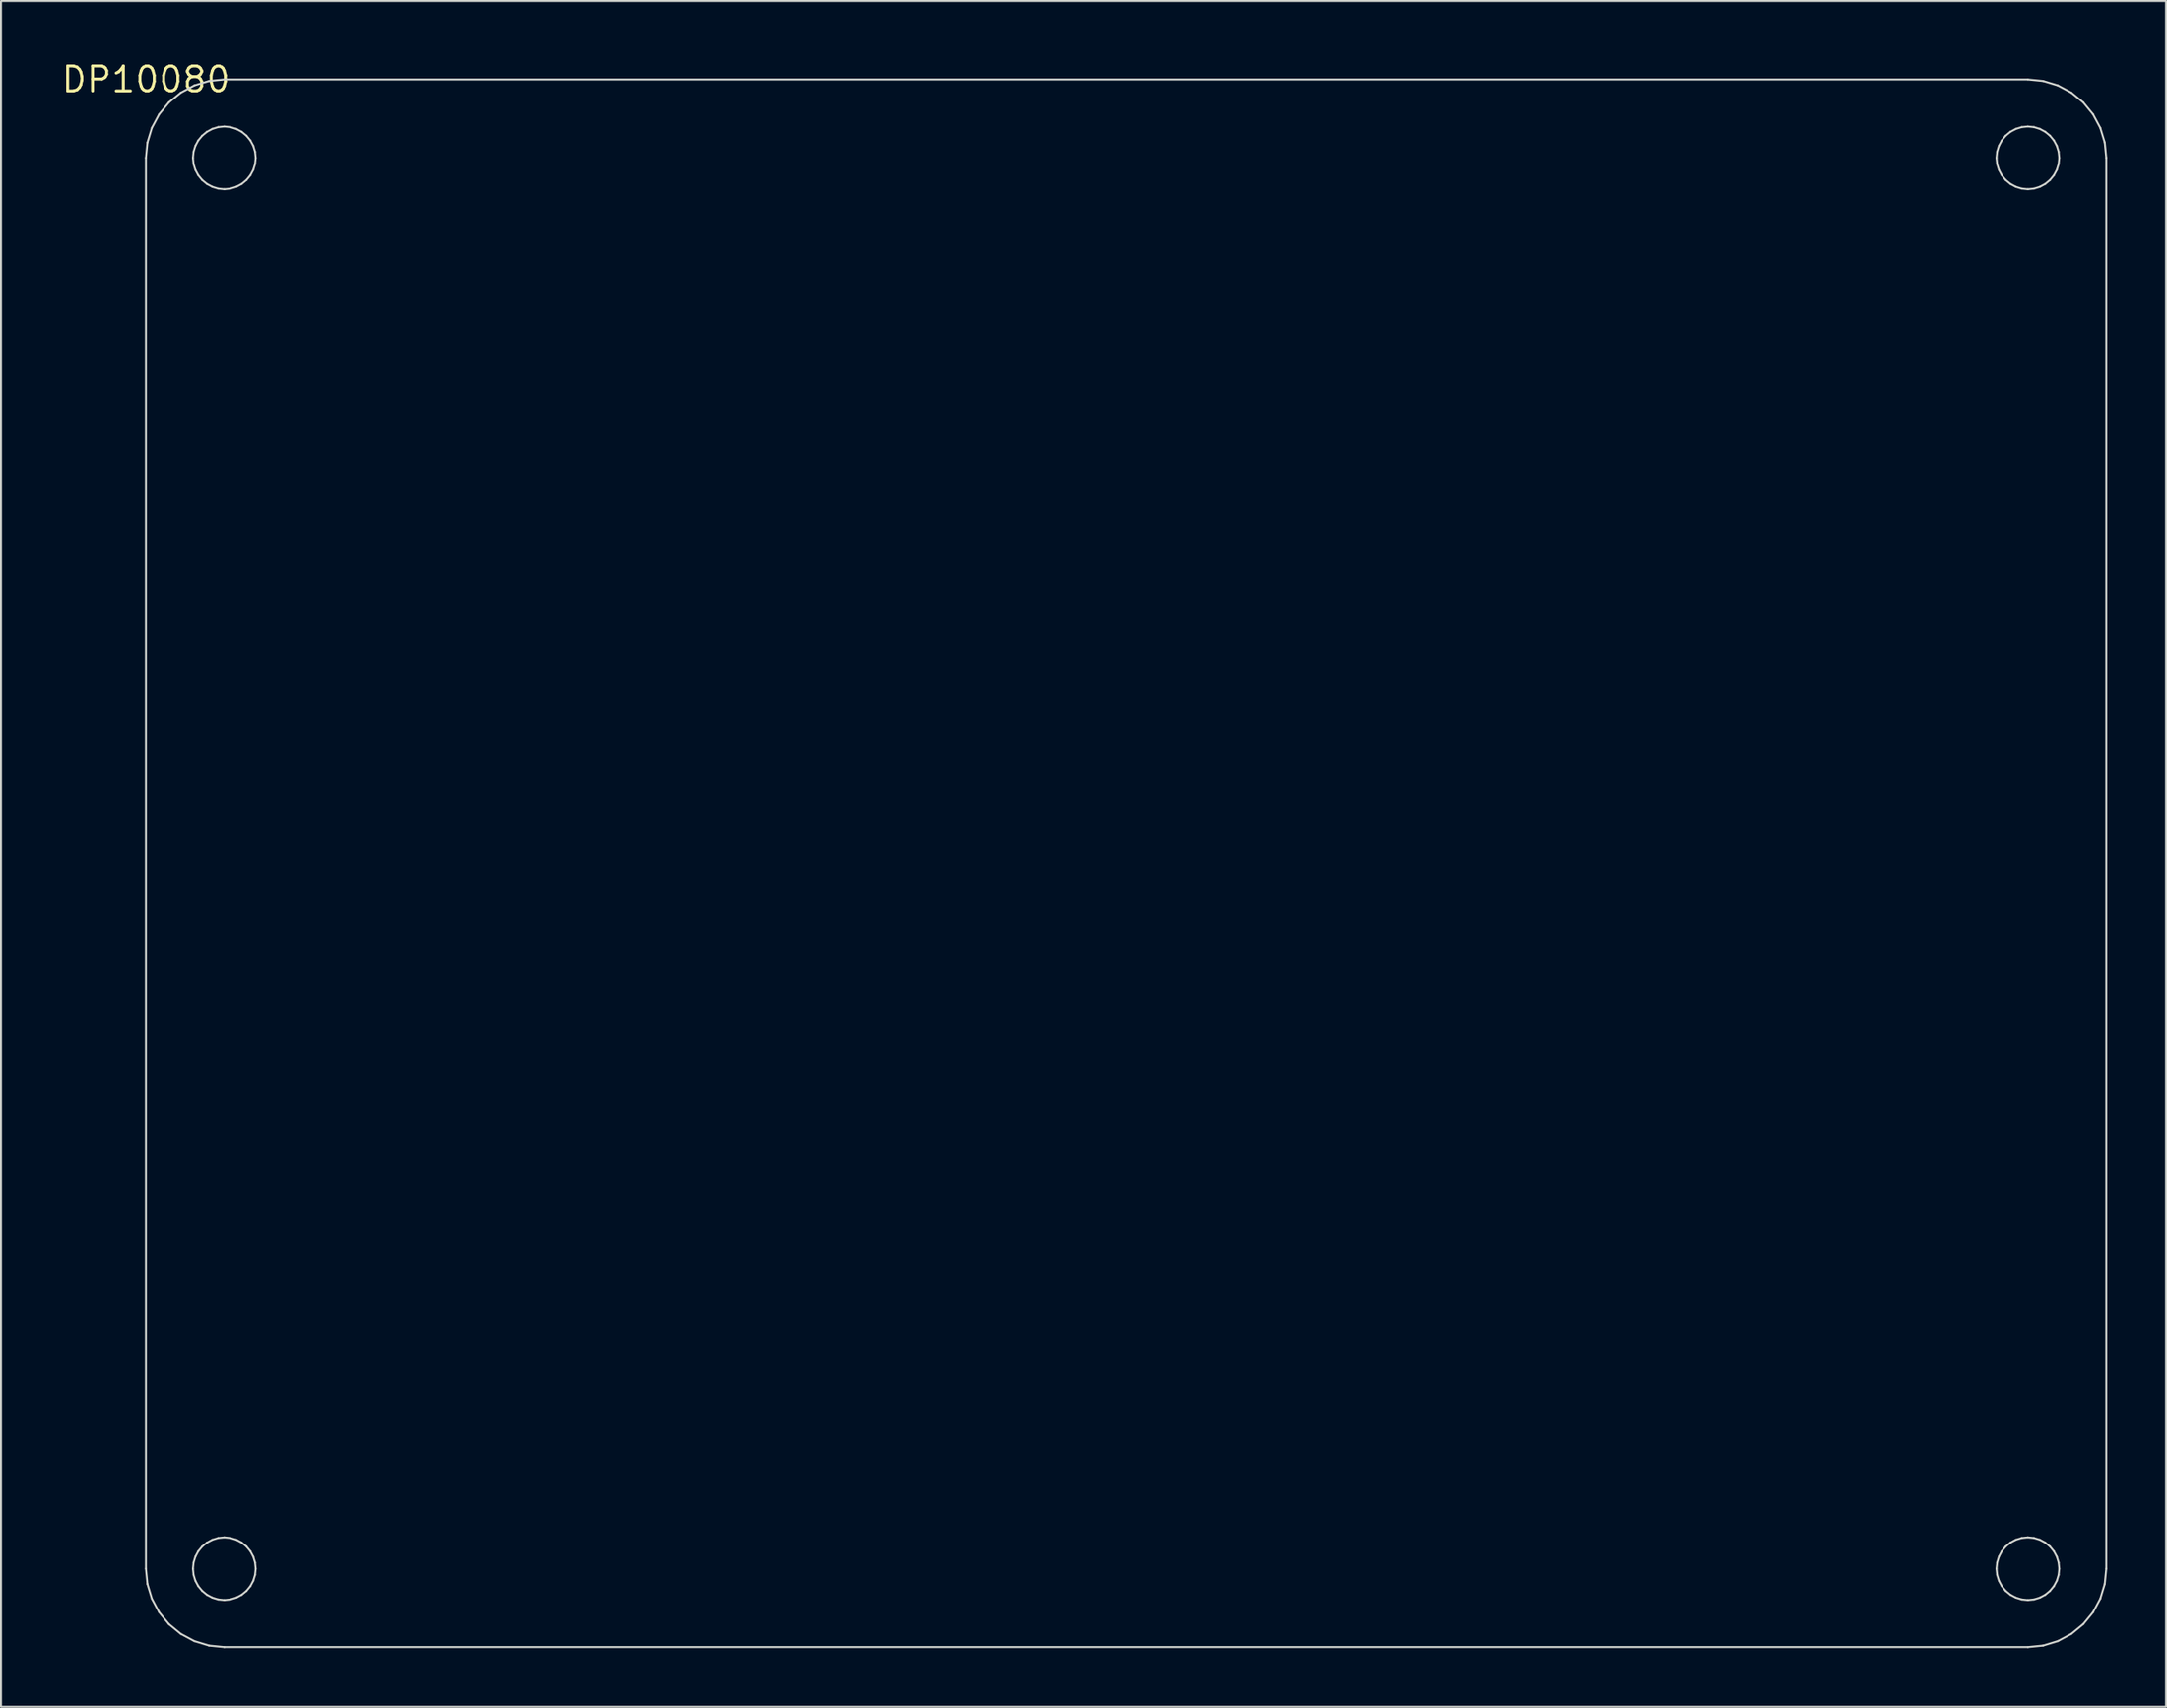
<source format=kicad_pcb>
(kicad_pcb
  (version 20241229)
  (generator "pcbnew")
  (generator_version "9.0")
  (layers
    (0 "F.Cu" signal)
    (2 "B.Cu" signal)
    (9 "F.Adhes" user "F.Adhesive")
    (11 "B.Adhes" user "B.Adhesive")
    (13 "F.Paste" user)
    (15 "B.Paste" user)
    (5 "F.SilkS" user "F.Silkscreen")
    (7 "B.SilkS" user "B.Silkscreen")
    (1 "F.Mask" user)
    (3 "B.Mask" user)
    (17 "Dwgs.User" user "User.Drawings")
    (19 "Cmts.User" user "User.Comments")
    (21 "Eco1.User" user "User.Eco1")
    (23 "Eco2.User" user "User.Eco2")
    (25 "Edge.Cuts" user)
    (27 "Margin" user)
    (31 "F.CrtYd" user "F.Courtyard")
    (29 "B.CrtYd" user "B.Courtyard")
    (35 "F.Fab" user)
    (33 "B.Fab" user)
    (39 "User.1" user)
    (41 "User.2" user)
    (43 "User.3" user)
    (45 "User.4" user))
  (footprint "DP10080"
    (layer "F.Cu")
    (at 4.392 1.006)
    (property "Reference" "DP10080" (at 0 0 0) (layer "F.SilkS") (effects (font (size 1.27 1.27) (thickness 0.15))))
    (attr through_hole)
    (fp_line (start 0 4) (end 0.077 3.22) (stroke (width 0.1) (type solid)) (layer "Edge.Cuts"))
    (fp_line (start 0 76) (end 0 4) (stroke (width 0.1) (type solid)) (layer "Edge.Cuts"))
    (fp_line (start 0.077 3.22) (end 0.304 2.469) (stroke (width 0.1) (type solid)) (layer "Edge.Cuts"))
    (fp_line (start 0.077 76.78) (end 0 76) (stroke (width 0.1) (type solid)) (layer "Edge.Cuts"))
    (fp_line (start 0.304 2.469) (end 0.674 1.778) (stroke (width 0.1) (type solid)) (layer "Edge.Cuts"))
    (fp_line (start 0.304 77.531) (end 0.077 76.78) (stroke (width 0.1) (type solid)) (layer "Edge.Cuts"))
    (fp_line (start 0.674 1.778) (end 1.172 1.172) (stroke (width 0.1) (type solid)) (layer "Edge.Cuts"))
    (fp_line (start 0.674 78.222) (end 0.304 77.531) (stroke (width 0.1) (type solid)) (layer "Edge.Cuts"))
    (fp_line (start 1.172 1.172) (end 1.778 0.674) (stroke (width 0.1) (type solid)) (layer "Edge.Cuts"))
    (fp_line (start 1.172 78.828) (end 0.674 78.222) (stroke (width 0.1) (type solid)) (layer "Edge.Cuts"))
    (fp_line (start 1.778 0.674) (end 2.469 0.304) (stroke (width 0.1) (type solid)) (layer "Edge.Cuts"))
    (fp_line (start 1.778 79.326) (end 1.172 78.828) (stroke (width 0.1) (type solid)) (layer "Edge.Cuts"))
    (fp_line (start 2.4 4) (end 2.431 4.312) (stroke (width 0.1) (type solid)) (layer "Edge.Cuts"))
    (fp_line (start 2.4 76) (end 2.431 76.312) (stroke (width 0.1) (type solid)) (layer "Edge.Cuts"))
    (fp_line (start 2.431 3.688) (end 2.4 4) (stroke (width 0.1) (type solid)) (layer "Edge.Cuts"))
    (fp_line (start 2.431 4.312) (end 2.522 4.612) (stroke (width 0.1) (type solid)) (layer "Edge.Cuts"))
    (fp_line (start 2.431 75.688) (end 2.4 76) (stroke (width 0.1) (type solid)) (layer "Edge.Cuts"))
    (fp_line (start 2.431 76.312) (end 2.522 76.612) (stroke (width 0.1) (type solid)) (layer "Edge.Cuts"))
    (fp_line (start 2.469 0.304) (end 3.22 0.077) (stroke (width 0.1) (type solid)) (layer "Edge.Cuts"))
    (fp_line (start 2.469 79.695) (end 1.778 79.326) (stroke (width 0.1) (type solid)) (layer "Edge.Cuts"))
    (fp_line (start 2.522 3.388) (end 2.431 3.688) (stroke (width 0.1) (type solid)) (layer "Edge.Cuts"))
    (fp_line (start 2.522 4.612) (end 2.67 4.889) (stroke (width 0.1) (type solid)) (layer "Edge.Cuts"))
    (fp_line (start 2.522 75.388) (end 2.431 75.688) (stroke (width 0.1) (type solid)) (layer "Edge.Cuts"))
    (fp_line (start 2.522 76.612) (end 2.67 76.889) (stroke (width 0.1) (type solid)) (layer "Edge.Cuts"))
    (fp_line (start 2.67 3.111) (end 2.522 3.388) (stroke (width 0.1) (type solid)) (layer "Edge.Cuts"))
    (fp_line (start 2.67 4.889) (end 2.869 5.131) (stroke (width 0.1) (type solid)) (layer "Edge.Cuts"))
    (fp_line (start 2.67 75.111) (end 2.522 75.388) (stroke (width 0.1) (type solid)) (layer "Edge.Cuts"))
    (fp_line (start 2.67 76.889) (end 2.869 77.131) (stroke (width 0.1) (type solid)) (layer "Edge.Cuts"))
    (fp_line (start 2.869 2.869) (end 2.67 3.111) (stroke (width 0.1) (type solid)) (layer "Edge.Cuts"))
    (fp_line (start 2.869 5.131) (end 3.111 5.33) (stroke (width 0.1) (type solid)) (layer "Edge.Cuts"))
    (fp_line (start 2.869 74.869) (end 2.67 75.111) (stroke (width 0.1) (type solid)) (layer "Edge.Cuts"))
    (fp_line (start 2.869 77.131) (end 3.111 77.33) (stroke (width 0.1) (type solid)) (layer "Edge.Cuts"))
    (fp_line (start 3.111 2.67) (end 2.869 2.869) (stroke (width 0.1) (type solid)) (layer "Edge.Cuts"))
    (fp_line (start 3.111 5.33) (end 3.388 5.478) (stroke (width 0.1) (type solid)) (layer "Edge.Cuts"))
    (fp_line (start 3.111 74.67) (end 2.869 74.869) (stroke (width 0.1) (type solid)) (layer "Edge.Cuts"))
    (fp_line (start 3.111 77.33) (end 3.388 77.478) (stroke (width 0.1) (type solid)) (layer "Edge.Cuts"))
    (fp_line (start 3.22 0.077) (end 4 0) (stroke (width 0.1) (type solid)) (layer "Edge.Cuts"))
    (fp_line (start 3.22 79.923) (end 2.469 79.695) (stroke (width 0.1) (type solid)) (layer "Edge.Cuts"))
    (fp_line (start 3.388 2.522) (end 3.111 2.67) (stroke (width 0.1) (type solid)) (layer "Edge.Cuts"))
    (fp_line (start 3.388 5.478) (end 3.688 5.569) (stroke (width 0.1) (type solid)) (layer "Edge.Cuts"))
    (fp_line (start 3.388 74.522) (end 3.111 74.67) (stroke (width 0.1) (type solid)) (layer "Edge.Cuts"))
    (fp_line (start 3.388 77.478) (end 3.688 77.569) (stroke (width 0.1) (type solid)) (layer "Edge.Cuts"))
    (fp_line (start 3.688 2.431) (end 3.388 2.522) (stroke (width 0.1) (type solid)) (layer "Edge.Cuts"))
    (fp_line (start 3.688 5.569) (end 4 5.6) (stroke (width 0.1) (type solid)) (layer "Edge.Cuts"))
    (fp_line (start 3.688 74.431) (end 3.388 74.522) (stroke (width 0.1) (type solid)) (layer "Edge.Cuts"))
    (fp_line (start 3.688 77.569) (end 4 77.6) (stroke (width 0.1) (type solid)) (layer "Edge.Cuts"))
    (fp_line (start 4 0) (end 96 0) (stroke (width 0.1) (type solid)) (layer "Edge.Cuts"))
    (fp_line (start 4 2.4) (end 3.688 2.431) (stroke (width 0.1) (type solid)) (layer "Edge.Cuts"))
    (fp_line (start 4 74.4) (end 3.688 74.431) (stroke (width 0.1) (type solid)) (layer "Edge.Cuts"))
    (fp_line (start 4 5.6) (end 4.312 5.569) (stroke (width 0.1) (type solid)) (layer "Edge.Cuts"))
    (fp_line (start 4 77.6) (end 4.312 77.569) (stroke (width 0.1) (type solid)) (layer "Edge.Cuts"))
    (fp_line (start 4 80) (end 3.22 79.923) (stroke (width 0.1) (type solid)) (layer "Edge.Cuts"))
    (fp_line (start 4.312 2.431) (end 4 2.4) (stroke (width 0.1) (type solid)) (layer "Edge.Cuts"))
    (fp_line (start 4.312 5.569) (end 4.612 5.478) (stroke (width 0.1) (type solid)) (layer "Edge.Cuts"))
    (fp_line (start 4.312 74.431) (end 4 74.4) (stroke (width 0.1) (type solid)) (layer "Edge.Cuts"))
    (fp_line (start 4.312 77.569) (end 4.612 77.478) (stroke (width 0.1) (type solid)) (layer "Edge.Cuts"))
    (fp_line (start 4.612 2.522) (end 4.312 2.431) (stroke (width 0.1) (type solid)) (layer "Edge.Cuts"))
    (fp_line (start 4.612 5.478) (end 4.889 5.33) (stroke (width 0.1) (type solid)) (layer "Edge.Cuts"))
    (fp_line (start 4.612 74.522) (end 4.312 74.431) (stroke (width 0.1) (type solid)) (layer "Edge.Cuts"))
    (fp_line (start 4.612 77.478) (end 4.889 77.33) (stroke (width 0.1) (type solid)) (layer "Edge.Cuts"))
    (fp_line (start 4.889 2.67) (end 4.612 2.522) (stroke (width 0.1) (type solid)) (layer "Edge.Cuts"))
    (fp_line (start 4.889 5.33) (end 5.131 5.131) (stroke (width 0.1) (type solid)) (layer "Edge.Cuts"))
    (fp_line (start 4.889 74.67) (end 4.612 74.522) (stroke (width 0.1) (type solid)) (layer "Edge.Cuts"))
    (fp_line (start 4.889 77.33) (end 5.131 77.131) (stroke (width 0.1) (type solid)) (layer "Edge.Cuts"))
    (fp_line (start 5.131 2.869) (end 4.889 2.67) (stroke (width 0.1) (type solid)) (layer "Edge.Cuts"))
    (fp_line (start 5.131 5.131) (end 5.33 4.889) (stroke (width 0.1) (type solid)) (layer "Edge.Cuts"))
    (fp_line (start 5.131 74.869) (end 4.889 74.67) (stroke (width 0.1) (type solid)) (layer "Edge.Cuts"))
    (fp_line (start 5.131 77.131) (end 5.33 76.889) (stroke (width 0.1) (type solid)) (layer "Edge.Cuts"))
    (fp_line (start 5.33 3.111) (end 5.131 2.869) (stroke (width 0.1) (type solid)) (layer "Edge.Cuts"))
    (fp_line (start 5.33 4.889) (end 5.478 4.612) (stroke (width 0.1) (type solid)) (layer "Edge.Cuts"))
    (fp_line (start 5.33 75.111) (end 5.131 74.869) (stroke (width 0.1) (type solid)) (layer "Edge.Cuts"))
    (fp_line (start 5.33 76.889) (end 5.478 76.612) (stroke (width 0.1) (type solid)) (layer "Edge.Cuts"))
    (fp_line (start 5.478 3.388) (end 5.33 3.111) (stroke (width 0.1) (type solid)) (layer "Edge.Cuts"))
    (fp_line (start 5.478 4.612) (end 5.569 4.312) (stroke (width 0.1) (type solid)) (layer "Edge.Cuts"))
    (fp_line (start 5.478 75.388) (end 5.33 75.111) (stroke (width 0.1) (type solid)) (layer "Edge.Cuts"))
    (fp_line (start 5.478 76.612) (end 5.569 76.312) (stroke (width 0.1) (type solid)) (layer "Edge.Cuts"))
    (fp_line (start 5.569 3.688) (end 5.478 3.388) (stroke (width 0.1) (type solid)) (layer "Edge.Cuts"))
    (fp_line (start 5.569 4.312) (end 5.6 4) (stroke (width 0.1) (type solid)) (layer "Edge.Cuts"))
    (fp_line (start 5.569 75.688) (end 5.478 75.388) (stroke (width 0.1) (type solid)) (layer "Edge.Cuts"))
    (fp_line (start 5.569 76.312) (end 5.6 76) (stroke (width 0.1) (type solid)) (layer "Edge.Cuts"))
    (fp_line (start 5.6 4) (end 5.569 3.688) (stroke (width 0.1) (type solid)) (layer "Edge.Cuts"))
    (fp_line (start 5.6 76) (end 5.569 75.688) (stroke (width 0.1) (type solid)) (layer "Edge.Cuts"))
    (fp_line (start 94.4 4) (end 94.431 4.312) (stroke (width 0.1) (type solid)) (layer "Edge.Cuts"))
    (fp_line (start 94.4 76) (end 94.431 76.312) (stroke (width 0.1) (type solid)) (layer "Edge.Cuts"))
    (fp_line (start 94.431 3.688) (end 94.4 4) (stroke (width 0.1) (type solid)) (layer "Edge.Cuts"))
    (fp_line (start 94.431 4.312) (end 94.522 4.612) (stroke (width 0.1) (type solid)) (layer "Edge.Cuts"))
    (fp_line (start 94.431 75.688) (end 94.4 76) (stroke (width 0.1) (type solid)) (layer "Edge.Cuts"))
    (fp_line (start 94.431 76.312) (end 94.522 76.612) (stroke (width 0.1) (type solid)) (layer "Edge.Cuts"))
    (fp_line (start 94.522 3.388) (end 94.431 3.688) (stroke (width 0.1) (type solid)) (layer "Edge.Cuts"))
    (fp_line (start 94.522 4.612) (end 94.67 4.889) (stroke (width 0.1) (type solid)) (layer "Edge.Cuts"))
    (fp_line (start 94.522 75.388) (end 94.431 75.688) (stroke (width 0.1) (type solid)) (layer "Edge.Cuts"))
    (fp_line (start 94.522 76.612) (end 94.67 76.889) (stroke (width 0.1) (type solid)) (layer "Edge.Cuts"))
    (fp_line (start 94.67 3.111) (end 94.522 3.388) (stroke (width 0.1) (type solid)) (layer "Edge.Cuts"))
    (fp_line (start 94.67 4.889) (end 94.869 5.131) (stroke (width 0.1) (type solid)) (layer "Edge.Cuts"))
    (fp_line (start 94.67 75.111) (end 94.522 75.388) (stroke (width 0.1) (type solid)) (layer "Edge.Cuts"))
    (fp_line (start 94.67 76.889) (end 94.869 77.131) (stroke (width 0.1) (type solid)) (layer "Edge.Cuts"))
    (fp_line (start 94.869 2.869) (end 94.67 3.111) (stroke (width 0.1) (type solid)) (layer "Edge.Cuts"))
    (fp_line (start 94.869 5.131) (end 95.111 5.33) (stroke (width 0.1) (type solid)) (layer "Edge.Cuts"))
    (fp_line (start 94.869 74.869) (end 94.67 75.111) (stroke (width 0.1) (type solid)) (layer "Edge.Cuts"))
    (fp_line (start 94.869 77.131) (end 95.111 77.33) (stroke (width 0.1) (type solid)) (layer "Edge.Cuts"))
    (fp_line (start 95.111 2.67) (end 94.869 2.869) (stroke (width 0.1) (type solid)) (layer "Edge.Cuts"))
    (fp_line (start 95.111 5.33) (end 95.388 5.478) (stroke (width 0.1) (type solid)) (layer "Edge.Cuts"))
    (fp_line (start 95.111 74.67) (end 94.869 74.869) (stroke (width 0.1) (type solid)) (layer "Edge.Cuts"))
    (fp_line (start 95.111 77.33) (end 95.388 77.478) (stroke (width 0.1) (type solid)) (layer "Edge.Cuts"))
    (fp_line (start 95.388 2.522) (end 95.111 2.67) (stroke (width 0.1) (type solid)) (layer "Edge.Cuts"))
    (fp_line (start 95.388 5.478) (end 95.688 5.569) (stroke (width 0.1) (type solid)) (layer "Edge.Cuts"))
    (fp_line (start 95.388 74.522) (end 95.111 74.67) (stroke (width 0.1) (type solid)) (layer "Edge.Cuts"))
    (fp_line (start 95.388 77.478) (end 95.688 77.569) (stroke (width 0.1) (type solid)) (layer "Edge.Cuts"))
    (fp_line (start 95.688 2.431) (end 95.388 2.522) (stroke (width 0.1) (type solid)) (layer "Edge.Cuts"))
    (fp_line (start 95.688 5.569) (end 96 5.6) (stroke (width 0.1) (type solid)) (layer "Edge.Cuts"))
    (fp_line (start 95.688 74.431) (end 95.388 74.522) (stroke (width 0.1) (type solid)) (layer "Edge.Cuts"))
    (fp_line (start 95.688 77.569) (end 96 77.6) (stroke (width 0.1) (type solid)) (layer "Edge.Cuts"))
    (fp_line (start 96 0) (end 96.78 0.077) (stroke (width 0.1) (type solid)) (layer "Edge.Cuts"))
    (fp_line (start 96 2.4) (end 95.688 2.431) (stroke (width 0.1) (type solid)) (layer "Edge.Cuts"))
    (fp_line (start 96 5.6) (end 96.312 5.569) (stroke (width 0.1) (type solid)) (layer "Edge.Cuts"))
    (fp_line (start 96 74.4) (end 95.688 74.431) (stroke (width 0.1) (type solid)) (layer "Edge.Cuts"))
    (fp_line (start 96 77.6) (end 96.312 77.569) (stroke (width 0.1) (type solid)) (layer "Edge.Cuts"))
    (fp_line (start 96 80) (end 4 80) (stroke (width 0.1) (type solid)) (layer "Edge.Cuts"))
    (fp_line (start 96.312 2.431) (end 96 2.4) (stroke (width 0.1) (type solid)) (layer "Edge.Cuts"))
    (fp_line (start 96.312 5.569) (end 96.612 5.478) (stroke (width 0.1) (type solid)) (layer "Edge.Cuts"))
    (fp_line (start 96.312 74.431) (end 96 74.4) (stroke (width 0.1) (type solid)) (layer "Edge.Cuts"))
    (fp_line (start 96.312 77.569) (end 96.612 77.478) (stroke (width 0.1) (type solid)) (layer "Edge.Cuts"))
    (fp_line (start 96.612 2.522) (end 96.312 2.431) (stroke (width 0.1) (type solid)) (layer "Edge.Cuts"))
    (fp_line (start 96.612 5.478) (end 96.889 5.33) (stroke (width 0.1) (type solid)) (layer "Edge.Cuts"))
    (fp_line (start 96.612 74.522) (end 96.312 74.431) (stroke (width 0.1) (type solid)) (layer "Edge.Cuts"))
    (fp_line (start 96.612 77.478) (end 96.889 77.33) (stroke (width 0.1) (type solid)) (layer "Edge.Cuts"))
    (fp_line (start 96.78 0.077) (end 97.531 0.304) (stroke (width 0.1) (type solid)) (layer "Edge.Cuts"))
    (fp_line (start 96.78 79.923) (end 96 80) (stroke (width 0.1) (type solid)) (layer "Edge.Cuts"))
    (fp_line (start 96.889 2.67) (end 96.612 2.522) (stroke (width 0.1) (type solid)) (layer "Edge.Cuts"))
    (fp_line (start 96.889 5.33) (end 97.131 5.131) (stroke (width 0.1) (type solid)) (layer "Edge.Cuts"))
    (fp_line (start 96.889 74.67) (end 96.612 74.522) (stroke (width 0.1) (type solid)) (layer "Edge.Cuts"))
    (fp_line (start 96.889 77.33) (end 97.131 77.131) (stroke (width 0.1) (type solid)) (layer "Edge.Cuts"))
    (fp_line (start 97.131 2.869) (end 96.889 2.67) (stroke (width 0.1) (type solid)) (layer "Edge.Cuts"))
    (fp_line (start 97.131 5.131) (end 97.33 4.889) (stroke (width 0.1) (type solid)) (layer "Edge.Cuts"))
    (fp_line (start 97.131 74.869) (end 96.889 74.67) (stroke (width 0.1) (type solid)) (layer "Edge.Cuts"))
    (fp_line (start 97.131 77.131) (end 97.33 76.889) (stroke (width 0.1) (type solid)) (layer "Edge.Cuts"))
    (fp_line (start 97.33 3.111) (end 97.131 2.869) (stroke (width 0.1) (type solid)) (layer "Edge.Cuts"))
    (fp_line (start 97.33 4.889) (end 97.478 4.612) (stroke (width 0.1) (type solid)) (layer "Edge.Cuts"))
    (fp_line (start 97.33 75.111) (end 97.131 74.869) (stroke (width 0.1) (type solid)) (layer "Edge.Cuts"))
    (fp_line (start 97.33 76.889) (end 97.478 76.612) (stroke (width 0.1) (type solid)) (layer "Edge.Cuts"))
    (fp_line (start 97.478 3.388) (end 97.33 3.111) (stroke (width 0.1) (type solid)) (layer "Edge.Cuts"))
    (fp_line (start 97.478 4.612) (end 97.569 4.312) (stroke (width 0.1) (type solid)) (layer "Edge.Cuts"))
    (fp_line (start 97.478 75.388) (end 97.33 75.111) (stroke (width 0.1) (type solid)) (layer "Edge.Cuts"))
    (fp_line (start 97.478 76.612) (end 97.569 76.312) (stroke (width 0.1) (type solid)) (layer "Edge.Cuts"))
    (fp_line (start 97.531 0.304) (end 98.222 0.674) (stroke (width 0.1) (type solid)) (layer "Edge.Cuts"))
    (fp_line (start 97.531 79.695) (end 96.78 79.923) (stroke (width 0.1) (type solid)) (layer "Edge.Cuts"))
    (fp_line (start 97.569 3.688) (end 97.478 3.388) (stroke (width 0.1) (type solid)) (layer "Edge.Cuts"))
    (fp_line (start 97.569 4.312) (end 97.6 4) (stroke (width 0.1) (type solid)) (layer "Edge.Cuts"))
    (fp_line (start 97.569 75.688) (end 97.478 75.388) (stroke (width 0.1) (type solid)) (layer "Edge.Cuts"))
    (fp_line (start 97.569 76.312) (end 97.6 76) (stroke (width 0.1) (type solid)) (layer "Edge.Cuts"))
    (fp_line (start 97.6 4) (end 97.569 3.688) (stroke (width 0.1) (type solid)) (layer "Edge.Cuts"))
    (fp_line (start 97.6 76) (end 97.569 75.688) (stroke (width 0.1) (type solid)) (layer "Edge.Cuts"))
    (fp_line (start 98.222 0.674) (end 98.828 1.172) (stroke (width 0.1) (type solid)) (layer "Edge.Cuts"))
    (fp_line (start 98.222 79.326) (end 97.531 79.695) (stroke (width 0.1) (type solid)) (layer "Edge.Cuts"))
    (fp_line (start 98.828 1.172) (end 99.326 1.778) (stroke (width 0.1) (type solid)) (layer "Edge.Cuts"))
    (fp_line (start 98.828 78.828) (end 98.222 79.326) (stroke (width 0.1) (type solid)) (layer "Edge.Cuts"))
    (fp_line (start 99.326 1.778) (end 99.695 2.469) (stroke (width 0.1) (type solid)) (layer "Edge.Cuts"))
    (fp_line (start 99.326 78.222) (end 98.828 78.828) (stroke (width 0.1) (type solid)) (layer "Edge.Cuts"))
    (fp_line (start 99.695 2.469) (end 99.923 3.22) (stroke (width 0.1) (type solid)) (layer "Edge.Cuts"))
    (fp_line (start 99.695 77.531) (end 99.326 78.222) (stroke (width 0.1) (type solid)) (layer "Edge.Cuts"))
    (fp_line (start 99.923 3.22) (end 100 4) (stroke (width 0.1) (type solid)) (layer "Edge.Cuts"))
    (fp_line (start 99.923 76.78) (end 99.695 77.531) (stroke (width 0.1) (type solid)) (layer "Edge.Cuts"))
    (fp_line (start 100 4) (end 100 76) (stroke (width 0.1) (type solid)) (layer "Edge.Cuts"))
    (fp_line (start 100 76) (end 99.923 76.78) (stroke (width 0.1) (type solid)) (layer "Edge.Cuts")))
  (gr_rect
    (start -3 -3)
    (end 107.442 84.056)
    (stroke (width 0.1) (type default))
    (fill no)
    (layer "Edge.Cuts")))
</source>
